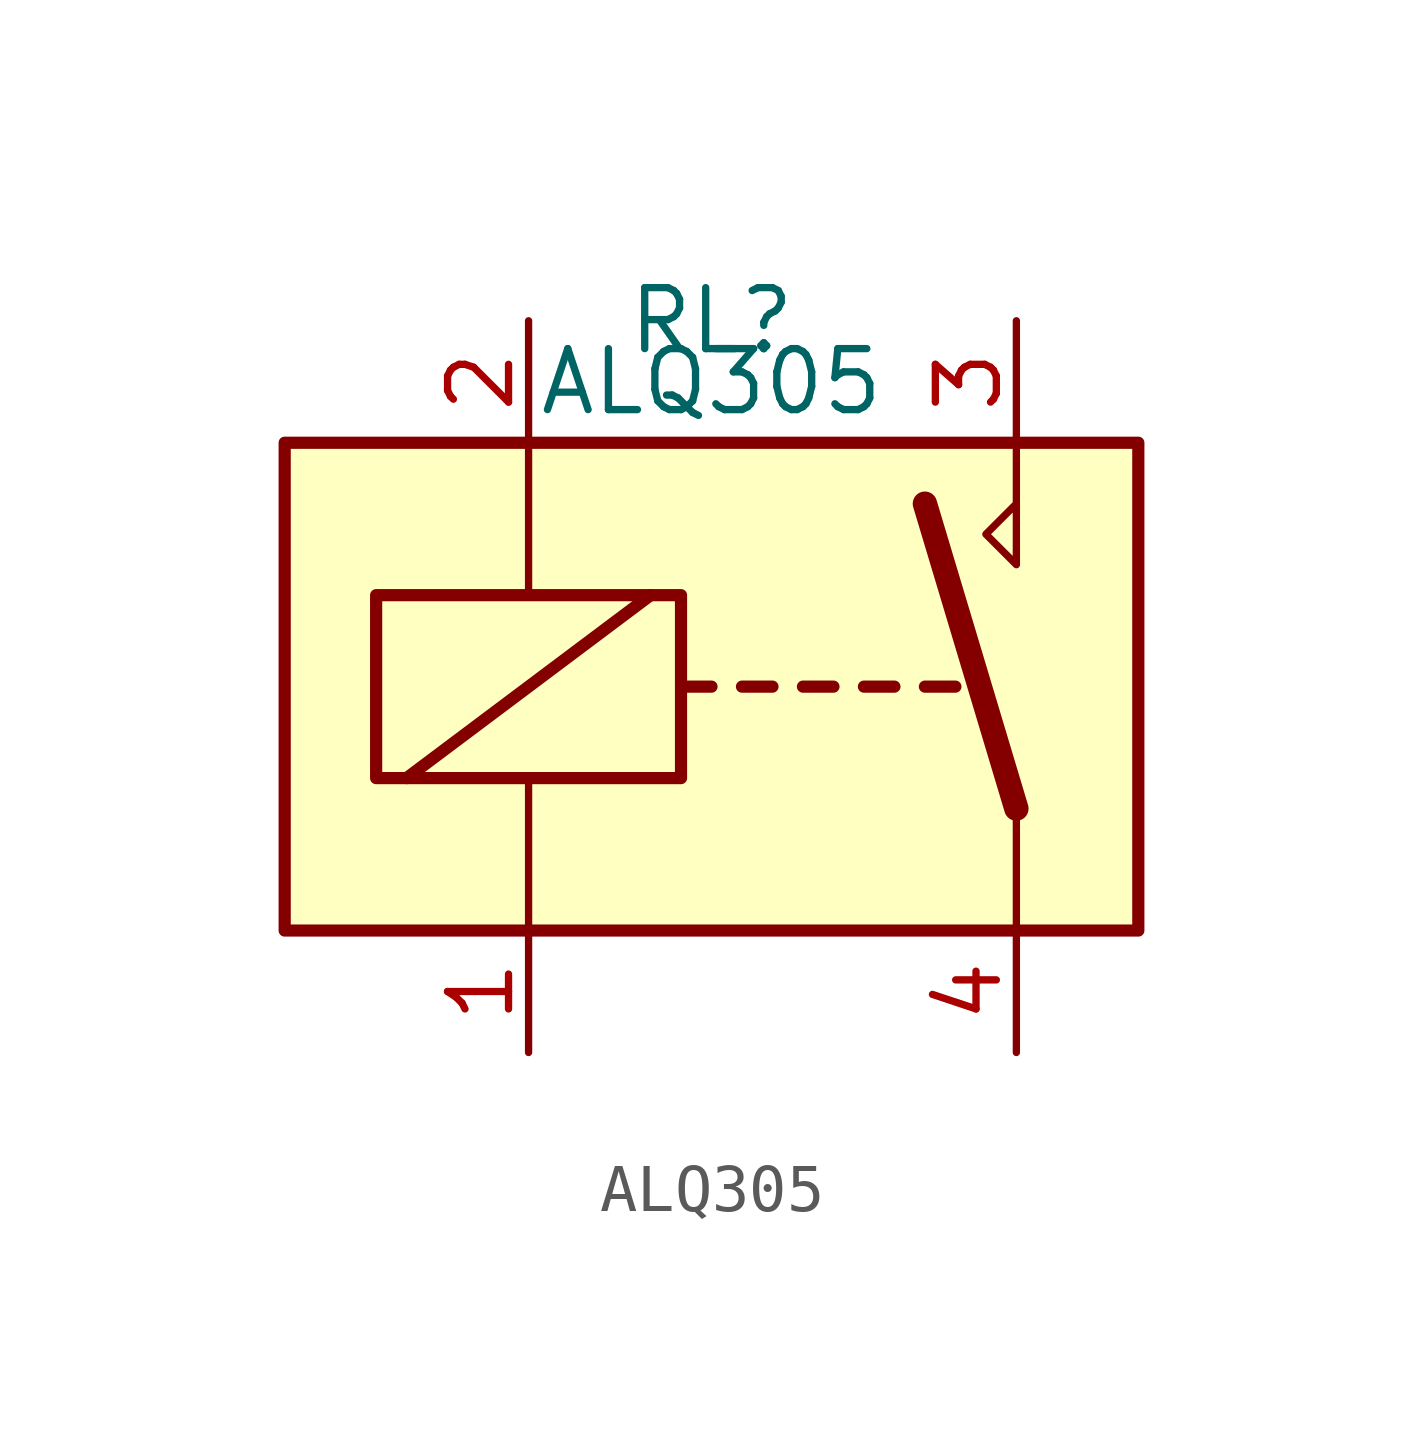
<source format=kicad_sym>
(kicad_symbol_lib
  (version 20200126)
  (host kicad_symbol_editor "(5.99.0-2441-g41b7c7c43)")
  (symbol "Relay_ALQ305:ALQ305"
    (property "Reference" "RL"
      (at 0 7.62 0)
      (effects (font (size 1.27 1.27))))
    (property "Value" "ALQ305"
      (at 0 6.35 0)
      (effects (font (size 1.27 1.27))))
    (symbol "ALQ305_0_1"
      (rectangle (start -8.89 5.08) (end 8.89 -5.08) (stroke (width 0.254)) (fill (type background)))
      (rectangle (start -6.985 1.905) (end -0.635 -1.905) (stroke (width 0.254)) (fill (type none)))
      (polyline (pts (xy -6.35 -1.905) (xy -1.27 1.905)) (stroke (width 0.254)) (fill (type none)))
      (polyline (pts (xy -3.81 -5.08) (xy -3.81 -1.905)) (stroke (width 0)) (fill (type none)))
      (polyline (pts (xy -3.81 5.08) (xy -3.81 1.905)) (stroke (width 0)) (fill (type none)))
      (polyline (pts (xy -0.635 0) (xy 0 0)) (stroke (width 0.254)) (fill (type none)))
      (polyline (pts (xy 0.635 0) (xy 1.27 0)) (stroke (width 0.254)) (fill (type none)))
      (polyline (pts (xy 1.905 0) (xy 2.54 0)) (stroke (width 0.254)) (fill (type none)))
      (polyline (pts (xy 3.175 0) (xy 3.81 0)) (stroke (width 0.254)) (fill (type none)))
      (polyline (pts (xy 4.445 0) (xy 5.08 0)) (stroke (width 0.254)) (fill (type none)))
      (polyline (pts (xy 6.35 -2.54) (xy 4.445 3.81)) (stroke (width 0.508)) (fill (type none)))
      (polyline (pts (xy 6.35 -2.54) (xy 6.35 -5.08)) (stroke (width 0)) (fill (type none))))
    (symbol "ALQ305_0_0"
      (polyline (pts (xy 6.35 5.08) (xy 6.35 2.54) (xy 5.715 3.175) (xy 6.35 3.81)) (stroke (width 0)) (fill (type none))))
    (symbol "ALQ305_1_1"
      (pin passive line (at 6.35 -7.62 90) (length 2.54) (name "~" (effects (font (size 1.27 1.27)))) (number "4" (effects (font (size 1.27 1.27)))))
      (pin passive line (at -3.81 -7.62 90) (length 2.54) (name "~" (effects (font (size 1.27 1.27)))) (number "1" (effects (font (size 1.27 1.27)))))
      (pin passive line (at -3.81 7.62 270) (length 2.54) (name "~" (effects (font (size 1.27 1.27)))) (number "2" (effects (font (size 1.27 1.27)))))
      (pin passive line (at 6.35 7.62 270) (length 2.54) (name "~" (effects (font (size 1.27 1.27)))) (number "3" (effects (font (size 1.27 1.27))))))))
</source>
